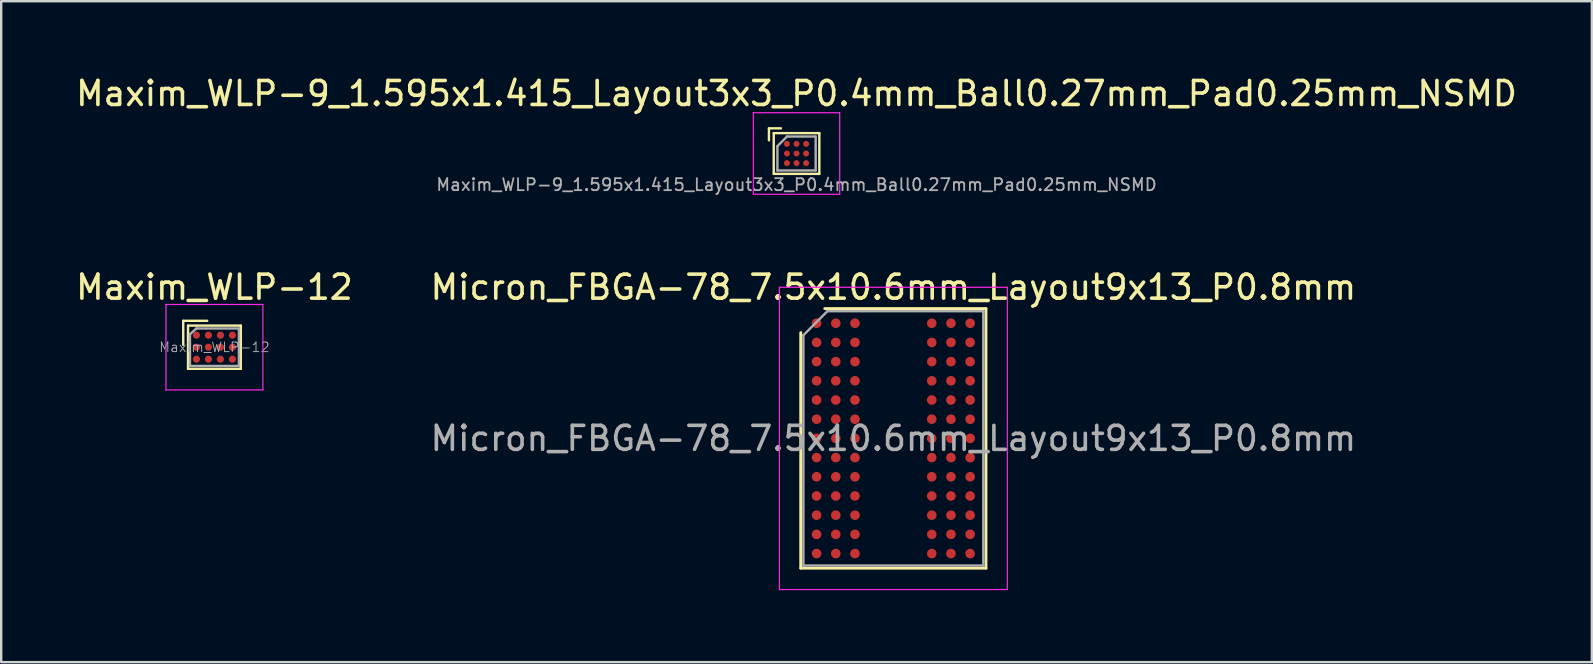
<source format=kicad_pcb>
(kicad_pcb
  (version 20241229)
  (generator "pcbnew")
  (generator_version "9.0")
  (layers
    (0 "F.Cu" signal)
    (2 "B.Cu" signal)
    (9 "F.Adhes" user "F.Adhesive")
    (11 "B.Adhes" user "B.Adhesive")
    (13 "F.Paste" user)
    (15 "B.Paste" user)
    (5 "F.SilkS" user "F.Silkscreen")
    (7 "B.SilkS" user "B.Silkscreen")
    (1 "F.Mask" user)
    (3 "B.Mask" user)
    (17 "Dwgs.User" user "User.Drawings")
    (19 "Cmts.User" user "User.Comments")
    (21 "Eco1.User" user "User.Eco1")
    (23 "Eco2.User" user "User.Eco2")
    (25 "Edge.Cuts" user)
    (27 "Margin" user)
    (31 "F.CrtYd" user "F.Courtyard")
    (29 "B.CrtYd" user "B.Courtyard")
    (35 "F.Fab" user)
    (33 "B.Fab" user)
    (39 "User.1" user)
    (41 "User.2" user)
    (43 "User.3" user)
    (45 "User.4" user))
  (footprint "Micron_FBGA-78_7.5x10.6mm_Layout9x13_P0.8mm"
    (layer "F.Cu")
    (at 34.185 15.222)
    (property "Reference" "Micron_FBGA-78_7.5x10.6mm_Layout9x13_P0.8mm" (at 0 -6.3 0) (layer "F.SilkS") (effects (font (size 1 1) (thickness 0.15))))
    (attr smd)
    (fp_line (start -3.86 5.41) (end -3.86 -4.41) (stroke (width 0.12) (type solid)) (layer "F.SilkS"))
    (fp_line (start -2.86 -5.41) (end 3.86 -5.41) (stroke (width 0.12) (type solid)) (layer "F.SilkS"))
    (fp_line (start 3.86 -5.41) (end 3.86 5.41) (stroke (width 0.12) (type solid)) (layer "F.SilkS"))
    (fp_line (start 3.86 5.41) (end -3.86 5.41) (stroke (width 0.12) (type solid)) (layer "F.SilkS"))
    (fp_line (start -4.75 -6.3) (end -4.75 6.3) (stroke (width 0.05) (type solid)) (layer "F.CrtYd"))
    (fp_line (start -4.75 6.3) (end 4.75 6.3) (stroke (width 0.05) (type solid)) (layer "F.CrtYd"))
    (fp_line (start 4.75 -6.3) (end -4.75 -6.3) (stroke (width 0.05) (type solid)) (layer "F.CrtYd"))
    (fp_line (start 4.75 6.3) (end 4.75 -6.3) (stroke (width 0.05) (type solid)) (layer "F.CrtYd"))
    (fp_line (start -3.75 -4.3) (end -2.75 -5.3) (stroke (width 0.1) (type solid)) (layer "F.Fab"))
    (fp_line (start -3.75 5.3) (end -3.75 -4.3) (stroke (width 0.1) (type solid)) (layer "F.Fab"))
    (fp_line (start -2.75 -5.3) (end 3.75 -5.3) (stroke (width 0.1) (type solid)) (layer "F.Fab"))
    (fp_line (start 3.75 -5.3) (end 3.75 5.3) (stroke (width 0.1) (type solid)) (layer "F.Fab"))
    (fp_line (start 3.75 5.3) (end -3.75 5.3) (stroke (width 0.1) (type solid)) (layer "F.Fab"))
    (fp_text user "${REFERENCE}" (at 0 0 0) (layer "F.Fab") (effects (font (size 1 1) (thickness 0.15))))
    (pad "A1" smd circle (at -3.2 -4.8) (size 0.4 0.4) (layers "F.Cu" "F.Mask" "F.Paste"))
    (pad "A2" smd circle (at -2.4 -4.8) (size 0.4 0.4) (layers "F.Cu" "F.Mask" "F.Paste"))
    (pad "A3" smd circle (at -1.6 -4.8) (size 0.4 0.4) (layers "F.Cu" "F.Mask" "F.Paste"))
    (pad "A7" smd circle (at 1.6 -4.8) (size 0.4 0.4) (layers "F.Cu" "F.Mask" "F.Paste"))
    (pad "A8" smd circle (at 2.4 -4.8) (size 0.4 0.4) (layers "F.Cu" "F.Mask" "F.Paste"))
    (pad "A9" smd circle (at 3.2 -4.8) (size 0.4 0.4) (layers "F.Cu" "F.Mask" "F.Paste"))
    (pad "B1" smd circle (at -3.2 -4) (size 0.4 0.4) (layers "F.Cu" "F.Mask" "F.Paste"))
    (pad "B2" smd circle (at -2.4 -4) (size 0.4 0.4) (layers "F.Cu" "F.Mask" "F.Paste"))
    (pad "B3" smd circle (at -1.6 -4) (size 0.4 0.4) (layers "F.Cu" "F.Mask" "F.Paste"))
    (pad "B7" smd circle (at 1.6 -4) (size 0.4 0.4) (layers "F.Cu" "F.Mask" "F.Paste"))
    (pad "B8" smd circle (at 2.4 -4) (size 0.4 0.4) (layers "F.Cu" "F.Mask" "F.Paste"))
    (pad "B9" smd circle (at 3.2 -4) (size 0.4 0.4) (layers "F.Cu" "F.Mask" "F.Paste"))
    (pad "C1" smd circle (at -3.2 -3.2) (size 0.4 0.4) (layers "F.Cu" "F.Mask" "F.Paste"))
    (pad "C2" smd circle (at -2.4 -3.2) (size 0.4 0.4) (layers "F.Cu" "F.Mask" "F.Paste"))
    (pad "C3" smd circle (at -1.6 -3.2) (size 0.4 0.4) (layers "F.Cu" "F.Mask" "F.Paste"))
    (pad "C7" smd circle (at 1.6 -3.2) (size 0.4 0.4) (layers "F.Cu" "F.Mask" "F.Paste"))
    (pad "C8" smd circle (at 2.4 -3.2) (size 0.4 0.4) (layers "F.Cu" "F.Mask" "F.Paste"))
    (pad "C9" smd circle (at 3.2 -3.2) (size 0.4 0.4) (layers "F.Cu" "F.Mask" "F.Paste"))
    (pad "D1" smd circle (at -3.2 -2.4) (size 0.4 0.4) (layers "F.Cu" "F.Mask" "F.Paste"))
    (pad "D2" smd circle (at -2.4 -2.4) (size 0.4 0.4) (layers "F.Cu" "F.Mask" "F.Paste"))
    (pad "D3" smd circle (at -1.6 -2.4) (size 0.4 0.4) (layers "F.Cu" "F.Mask" "F.Paste"))
    (pad "D7" smd circle (at 1.6 -2.4) (size 0.4 0.4) (layers "F.Cu" "F.Mask" "F.Paste"))
    (pad "D8" smd circle (at 2.4 -2.4) (size 0.4 0.4) (layers "F.Cu" "F.Mask" "F.Paste"))
    (pad "D9" smd circle (at 3.2 -2.4) (size 0.4 0.4) (layers "F.Cu" "F.Mask" "F.Paste"))
    (pad "E1" smd circle (at -3.2 -1.6) (size 0.4 0.4) (layers "F.Cu" "F.Mask" "F.Paste"))
    (pad "E2" smd circle (at -2.4 -1.6) (size 0.4 0.4) (layers "F.Cu" "F.Mask" "F.Paste"))
    (pad "E3" smd circle (at -1.6 -1.6) (size 0.4 0.4) (layers "F.Cu" "F.Mask" "F.Paste"))
    (pad "E7" smd circle (at 1.6 -1.6) (size 0.4 0.4) (layers "F.Cu" "F.Mask" "F.Paste"))
    (pad "E8" smd circle (at 2.4 -1.6) (size 0.4 0.4) (layers "F.Cu" "F.Mask" "F.Paste"))
    (pad "E9" smd circle (at 3.2 -1.6) (size 0.4 0.4) (layers "F.Cu" "F.Mask" "F.Paste"))
    (pad "F1" smd circle (at -3.2 -0.8) (size 0.4 0.4) (layers "F.Cu" "F.Mask" "F.Paste"))
    (pad "F2" smd circle (at -2.4 -0.8) (size 0.4 0.4) (layers "F.Cu" "F.Mask" "F.Paste"))
    (pad "F3" smd circle (at -1.6 -0.8) (size 0.4 0.4) (layers "F.Cu" "F.Mask" "F.Paste"))
    (pad "F7" smd circle (at 1.6 -0.8) (size 0.4 0.4) (layers "F.Cu" "F.Mask" "F.Paste"))
    (pad "F8" smd circle (at 2.4 -0.8) (size 0.4 0.4) (layers "F.Cu" "F.Mask" "F.Paste"))
    (pad "F9" smd circle (at 3.2 -0.8) (size 0.4 0.4) (layers "F.Cu" "F.Mask" "F.Paste"))
    (pad "G1" smd circle (at -3.2 0) (size 0.4 0.4) (layers "F.Cu" "F.Mask" "F.Paste"))
    (pad "G2" smd circle (at -2.4 0) (size 0.4 0.4) (layers "F.Cu" "F.Mask" "F.Paste"))
    (pad "G3" smd circle (at -1.6 0) (size 0.4 0.4) (layers "F.Cu" "F.Mask" "F.Paste"))
    (pad "G7" smd circle (at 1.6 0) (size 0.4 0.4) (layers "F.Cu" "F.Mask" "F.Paste"))
    (pad "G8" smd circle (at 2.4 0) (size 0.4 0.4) (layers "F.Cu" "F.Mask" "F.Paste"))
    (pad "G9" smd circle (at 3.2 0) (size 0.4 0.4) (layers "F.Cu" "F.Mask" "F.Paste"))
    (pad "H1" smd circle (at -3.2 0.8) (size 0.4 0.4) (layers "F.Cu" "F.Mask" "F.Paste"))
    (pad "H2" smd circle (at -2.4 0.8) (size 0.4 0.4) (layers "F.Cu" "F.Mask" "F.Paste"))
    (pad "H3" smd circle (at -1.6 0.8) (size 0.4 0.4) (layers "F.Cu" "F.Mask" "F.Paste"))
    (pad "H7" smd circle (at 1.6 0.8) (size 0.4 0.4) (layers "F.Cu" "F.Mask" "F.Paste"))
    (pad "H8" smd circle (at 2.4 0.8) (size 0.4 0.4) (layers "F.Cu" "F.Mask" "F.Paste"))
    (pad "H9" smd circle (at 3.2 0.8) (size 0.4 0.4) (layers "F.Cu" "F.Mask" "F.Paste"))
    (pad "J1" smd circle (at -3.2 1.6) (size 0.4 0.4) (layers "F.Cu" "F.Mask" "F.Paste"))
    (pad "J2" smd circle (at -2.4 1.6) (size 0.4 0.4) (layers "F.Cu" "F.Mask" "F.Paste"))
    (pad "J3" smd circle (at -1.6 1.6) (size 0.4 0.4) (layers "F.Cu" "F.Mask" "F.Paste"))
    (pad "J7" smd circle (at 1.6 1.6) (size 0.4 0.4) (layers "F.Cu" "F.Mask" "F.Paste"))
    (pad "J8" smd circle (at 2.4 1.6) (size 0.4 0.4) (layers "F.Cu" "F.Mask" "F.Paste"))
    (pad "J9" smd circle (at 3.2 1.6) (size 0.4 0.4) (layers "F.Cu" "F.Mask" "F.Paste"))
    (pad "K1" smd circle (at -3.2 2.4) (size 0.4 0.4) (layers "F.Cu" "F.Mask" "F.Paste"))
    (pad "K2" smd circle (at -2.4 2.4) (size 0.4 0.4) (layers "F.Cu" "F.Mask" "F.Paste"))
    (pad "K3" smd circle (at -1.6 2.4) (size 0.4 0.4) (layers "F.Cu" "F.Mask" "F.Paste"))
    (pad "K7" smd circle (at 1.6 2.4) (size 0.4 0.4) (layers "F.Cu" "F.Mask" "F.Paste"))
    (pad "K8" smd circle (at 2.4 2.4) (size 0.4 0.4) (layers "F.Cu" "F.Mask" "F.Paste"))
    (pad "K9" smd circle (at 3.2 2.4) (size 0.4 0.4) (layers "F.Cu" "F.Mask" "F.Paste"))
    (pad "L1" smd circle (at -3.2 3.2) (size 0.4 0.4) (layers "F.Cu" "F.Mask" "F.Paste"))
    (pad "L2" smd circle (at -2.4 3.2) (size 0.4 0.4) (layers "F.Cu" "F.Mask" "F.Paste"))
    (pad "L3" smd circle (at -1.6 3.2) (size 0.4 0.4) (layers "F.Cu" "F.Mask" "F.Paste"))
    (pad "L7" smd circle (at 1.6 3.2) (size 0.4 0.4) (layers "F.Cu" "F.Mask" "F.Paste"))
    (pad "L8" smd circle (at 2.4 3.2) (size 0.4 0.4) (layers "F.Cu" "F.Mask" "F.Paste"))
    (pad "L9" smd circle (at 3.2 3.2) (size 0.4 0.4) (layers "F.Cu" "F.Mask" "F.Paste"))
    (pad "M1" smd circle (at -3.2 4) (size 0.4 0.4) (layers "F.Cu" "F.Mask" "F.Paste"))
    (pad "M2" smd circle (at -2.4 4) (size 0.4 0.4) (layers "F.Cu" "F.Mask" "F.Paste"))
    (pad "M3" smd circle (at -1.6 4) (size 0.4 0.4) (layers "F.Cu" "F.Mask" "F.Paste"))
    (pad "M7" smd circle (at 1.6 4) (size 0.4 0.4) (layers "F.Cu" "F.Mask" "F.Paste"))
    (pad "M8" smd circle (at 2.4 4) (size 0.4 0.4) (layers "F.Cu" "F.Mask" "F.Paste"))
    (pad "M9" smd circle (at 3.2 4) (size 0.4 0.4) (layers "F.Cu" "F.Mask" "F.Paste"))
    (pad "N1" smd circle (at -3.2 4.8) (size 0.4 0.4) (layers "F.Cu" "F.Mask" "F.Paste"))
    (pad "N2" smd circle (at -2.4 4.8) (size 0.4 0.4) (layers "F.Cu" "F.Mask" "F.Paste"))
    (pad "N3" smd circle (at -1.6 4.8) (size 0.4 0.4) (layers "F.Cu" "F.Mask" "F.Paste"))
    (pad "N7" smd circle (at 1.6 4.8) (size 0.4 0.4) (layers "F.Cu" "F.Mask" "F.Paste"))
    (pad "N8" smd circle (at 2.4 4.8) (size 0.4 0.4) (layers "F.Cu" "F.Mask" "F.Paste"))
    (pad "N9" smd circle (at 3.2 4.8) (size 0.4 0.4) (layers "F.Cu" "F.Mask" "F.Paste")))
  (footprint "Maxim_WLP-9_1.595x1.415_Layout3x3_P0.4mm_Ball0.27mm_Pad0.25mm_NSMD"
    (layer "F.Cu")
    (at 30.149 3.348)
    (property "Reference" "Maxim_WLP-9_1.595x1.415_Layout3x3_P0.4mm_Ball0.27mm_Pad0.25mm_NSMD" (at 0 -2.5 0) (layer "F.SilkS") (effects (font (size 1 1) (thickness 0.15))))
    (attr smd)
    (fp_line (start -1.15 -1.05) (end -1.15 -0.55) (stroke (width 0.1) (type solid)) (layer "F.SilkS"))
    (fp_line (start -1.15 -1.05) (end -0.65 -1.05) (stroke (width 0.1) (type solid)) (layer "F.SilkS"))
    (fp_line (start -0.95 -0.85) (end -0.95 0.85) (stroke (width 0.1) (type solid)) (layer "F.SilkS"))
    (fp_line (start -0.95 -0.85) (end 0.95 -0.85) (stroke (width 0.1) (type solid)) (layer "F.SilkS"))
    (fp_line (start -0.95 0.85) (end 0.95 0.85) (stroke (width 0.1) (type solid)) (layer "F.SilkS"))
    (fp_line (start 0.95 -0.85) (end 0.95 0.85) (stroke (width 0.1) (type solid)) (layer "F.SilkS"))
    (fp_line (start -1.8 -1.7) (end 1.8 -1.7) (stroke (width 0.05) (type solid)) (layer "F.CrtYd"))
    (fp_line (start -1.8 1.7) (end -1.8 -1.7) (stroke (width 0.05) (type solid)) (layer "F.CrtYd"))
    (fp_line (start -1.8 1.7) (end 1.8 1.7) (stroke (width 0.05) (type solid)) (layer "F.CrtYd"))
    (fp_line (start 1.8 -1.7) (end 1.8 1.7) (stroke (width 0.05) (type solid)) (layer "F.CrtYd"))
    (fp_line (start -0.797 -0.307) (end -0.797 0.708) (stroke (width 0.1) (type solid)) (layer "F.Fab"))
    (fp_line (start -0.797 0.708) (end 0.797 0.708) (stroke (width 0.1) (type solid)) (layer "F.Fab"))
    (fp_line (start -0.398 -0.708) (end -0.797 -0.307) (stroke (width 0.1) (type solid)) (layer "F.Fab"))
    (fp_line (start -0.398 -0.708) (end 0.797 -0.708) (stroke (width 0.1) (type solid)) (layer "F.Fab"))
    (fp_line (start 0.797 -0.708) (end 0.797 0.708) (stroke (width 0.1) (type solid)) (layer "F.Fab"))
    (fp_text user "${REFERENCE}" (at 0 1.3 0) (layer "F.Fab") (effects (font (size 0.5 0.5) (thickness 0.075))))
    (pad "A1" smd circle (at -0.4 -0.4 90) (size 0.25 0.25) (layers "F.Cu" "F.Mask" "F.Paste"))
    (pad "A2" smd circle (at 0 -0.4 90) (size 0.25 0.25) (layers "F.Cu" "F.Mask" "F.Paste"))
    (pad "A3" smd circle (at 0.4 -0.4 90) (size 0.25 0.25) (layers "F.Cu" "F.Mask" "F.Paste"))
    (pad "B1" smd circle (at -0.4 0 90) (size 0.25 0.25) (layers "F.Cu" "F.Mask" "F.Paste"))
    (pad "B2" smd circle (at 0 0 90) (size 0.25 0.25) (layers "F.Cu" "F.Mask" "F.Paste"))
    (pad "B3" smd circle (at 0.4 0 90) (size 0.25 0.25) (layers "F.Cu" "F.Mask" "F.Paste"))
    (pad "C1" smd circle (at -0.4 0.4 90) (size 0.25 0.25) (layers "F.Cu" "F.Mask" "F.Paste"))
    (pad "C2" smd circle (at 0 0.4 90) (size 0.25 0.25) (layers "F.Cu" "F.Mask" "F.Paste"))
    (pad "C3" smd circle (at 0.4 0.4 90) (size 0.25 0.25) (layers "F.Cu" "F.Mask" "F.Paste")))
  (footprint "Maxim_WLP-12"
    (layer "F.Cu")
    (at 5.887 11.421)
    (property "Reference" "Maxim_WLP-12" (at 0 -2.5 0) (layer "F.SilkS") (effects (font (size 1 1) (thickness 0.15))))
    (attr smd)
    (fp_line (start -1.3 -1.1) (end -1.3 -0.1) (stroke (width 0.1) (type solid)) (layer "F.SilkS"))
    (fp_line (start -1.3 -1.1) (end -0.3 -1.1) (stroke (width 0.1) (type solid)) (layer "F.SilkS"))
    (fp_line (start -1.1 -0.9) (end -1.1 0.9) (stroke (width 0.1) (type solid)) (layer "F.SilkS"))
    (fp_line (start -1.1 -0.9) (end 1.1 -0.9) (stroke (width 0.1) (type solid)) (layer "F.SilkS"))
    (fp_line (start 1.1 0.9) (end -1.1 0.9) (stroke (width 0.1) (type solid)) (layer "F.SilkS"))
    (fp_line (start 1.1 0.9) (end 1.1 -0.9) (stroke (width 0.1) (type solid)) (layer "F.SilkS"))
    (fp_line (start -2.02 -1.78) (end 2.02 -1.78) (stroke (width 0.05) (type solid)) (layer "F.CrtYd"))
    (fp_line (start -2.02 1.78) (end -2.02 -1.78) (stroke (width 0.05) (type solid)) (layer "F.CrtYd"))
    (fp_line (start -2.02 1.78) (end 2.02 1.78) (stroke (width 0.05) (type solid)) (layer "F.CrtYd"))
    (fp_line (start 2.02 -1.78) (end 2.02 1.78) (stroke (width 0.05) (type solid)) (layer "F.CrtYd"))
    (fp_line (start -1.02 0.78) (end -1.02 -0.54) (stroke (width 0.1) (type solid)) (layer "F.Fab"))
    (fp_line (start -1.02 0.78) (end 1.02 0.78) (stroke (width 0.1) (type solid)) (layer "F.Fab"))
    (fp_line (start -0.75 -0.78) (end -1.02 -0.54) (stroke (width 0.1) (type solid)) (layer "F.Fab"))
    (fp_line (start 1.02 -0.78) (end -0.75 -0.78) (stroke (width 0.1) (type solid)) (layer "F.Fab"))
    (fp_line (start 1.02 -0.78) (end 1.02 0.78) (stroke (width 0.1) (type solid)) (layer "F.Fab"))
    (fp_text user "${REFERENCE}" (at 0 0 0) (layer "F.Fab") (effects (font (size 0.4 0.4) (thickness 0.04))))
    (pad "A1" smd circle (at -0.75 -0.5 90) (size 0.3 0.3) (layers "F.Cu" "F.Mask" "F.Paste"))
    (pad "A2" smd circle (at -0.25 -0.5 90) (size 0.3 0.3) (layers "F.Cu" "F.Mask" "F.Paste"))
    (pad "A3" smd circle (at 0.25 -0.5 90) (size 0.3 0.3) (layers "F.Cu" "F.Mask" "F.Paste"))
    (pad "A4" smd circle (at 0.75 -0.5 90) (size 0.3 0.3) (layers "F.Cu" "F.Mask" "F.Paste"))
    (pad "B1" smd circle (at -0.75 0 90) (size 0.3 0.3) (layers "F.Cu" "F.Mask" "F.Paste"))
    (pad "B2" smd circle (at -0.25 0 90) (size 0.3 0.3) (layers "F.Cu" "F.Mask" "F.Paste"))
    (pad "B3" smd circle (at 0.25 0 90) (size 0.3 0.3) (layers "F.Cu" "F.Mask" "F.Paste"))
    (pad "B4" smd circle (at 0.75 0 90) (size 0.3 0.3) (layers "F.Cu" "F.Mask" "F.Paste"))
    (pad "C1" smd circle (at -0.75 0.5 90) (size 0.3 0.3) (layers "F.Cu" "F.Mask" "F.Paste"))
    (pad "C2" smd circle (at -0.25 0.5 90) (size 0.3 0.3) (layers "F.Cu" "F.Mask" "F.Paste"))
    (pad "C3" smd circle (at 0.25 0.5 90) (size 0.3 0.3) (layers "F.Cu" "F.Mask" "F.Paste"))
    (pad "C4" smd circle (at 0.75 0.5 90) (size 0.3 0.3) (layers "F.Cu" "F.Mask" "F.Paste")))
  (gr_rect
    (start -3 -3)
    (end 63.298 24.547)
    (stroke (width 0.1) (type default))
    (fill no)
    (layer "Edge.Cuts")))
</source>
